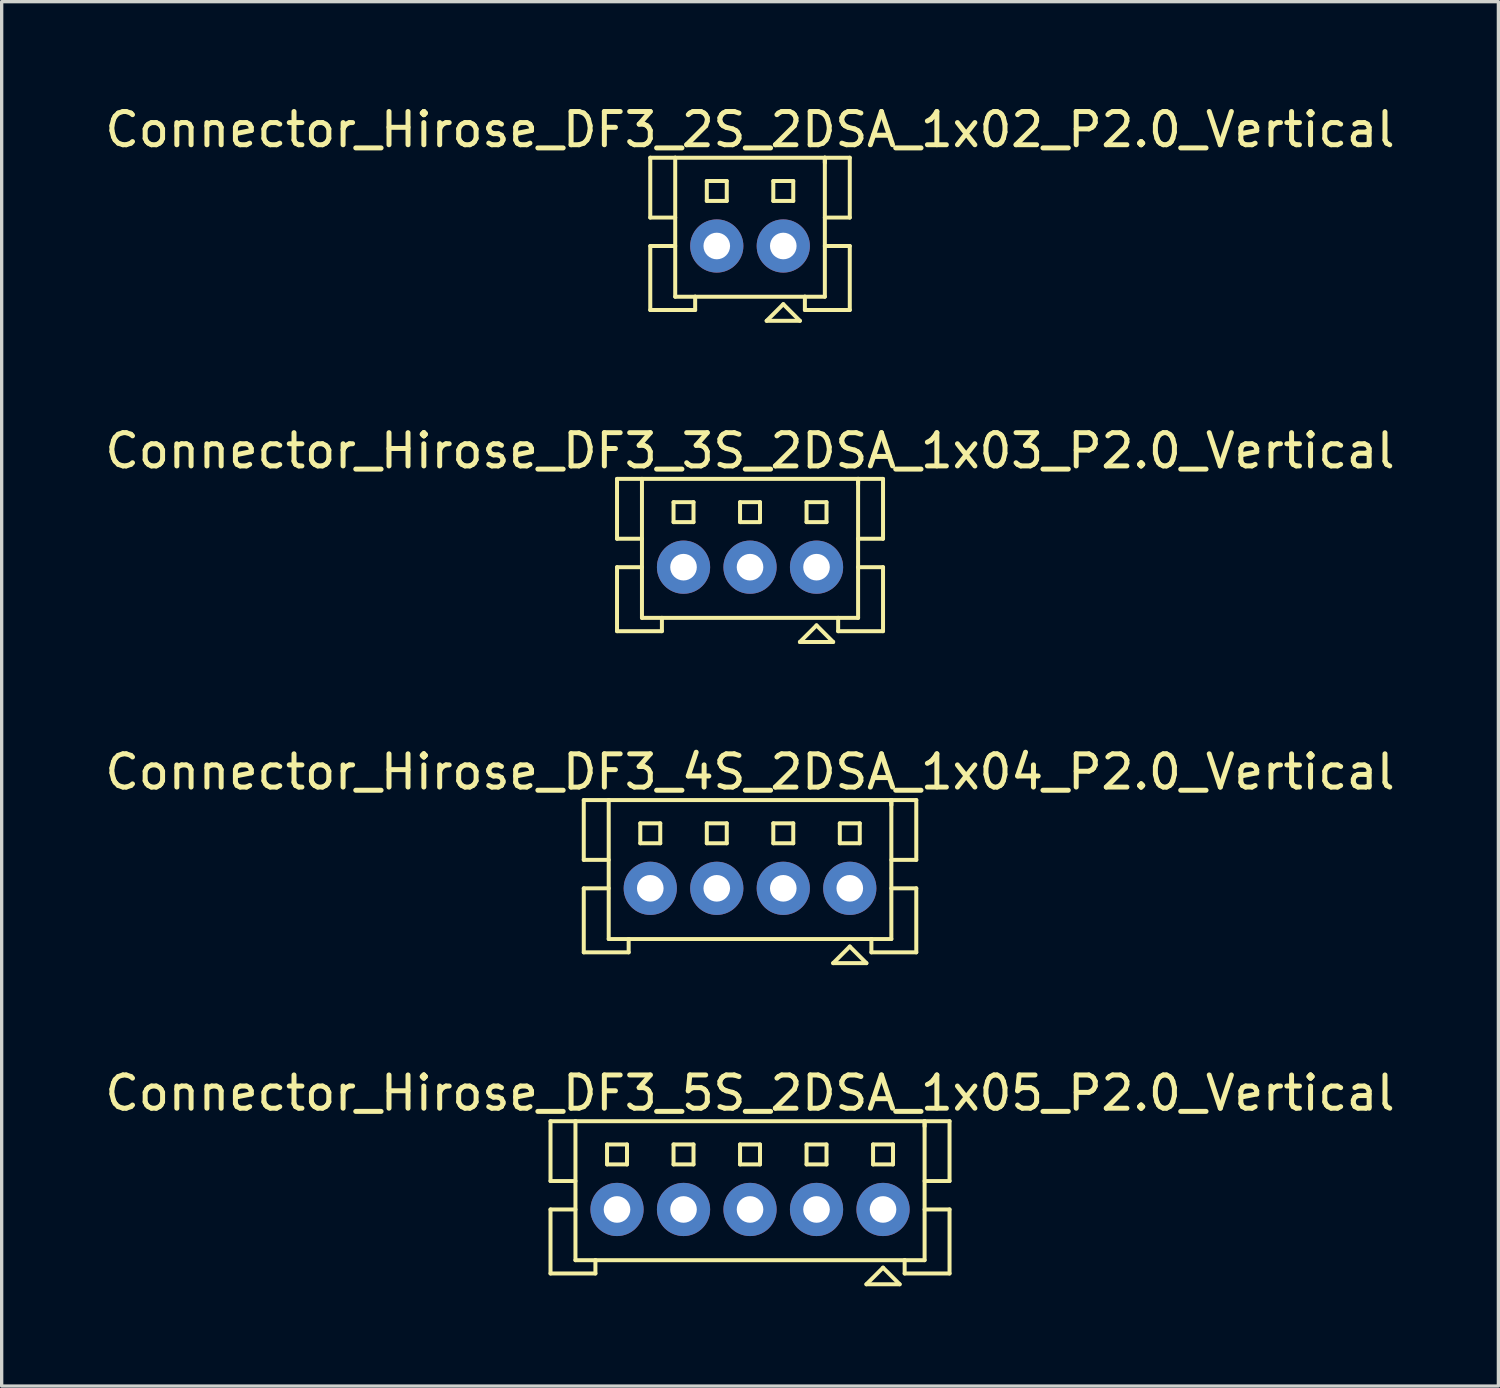
<source format=kicad_pcb>
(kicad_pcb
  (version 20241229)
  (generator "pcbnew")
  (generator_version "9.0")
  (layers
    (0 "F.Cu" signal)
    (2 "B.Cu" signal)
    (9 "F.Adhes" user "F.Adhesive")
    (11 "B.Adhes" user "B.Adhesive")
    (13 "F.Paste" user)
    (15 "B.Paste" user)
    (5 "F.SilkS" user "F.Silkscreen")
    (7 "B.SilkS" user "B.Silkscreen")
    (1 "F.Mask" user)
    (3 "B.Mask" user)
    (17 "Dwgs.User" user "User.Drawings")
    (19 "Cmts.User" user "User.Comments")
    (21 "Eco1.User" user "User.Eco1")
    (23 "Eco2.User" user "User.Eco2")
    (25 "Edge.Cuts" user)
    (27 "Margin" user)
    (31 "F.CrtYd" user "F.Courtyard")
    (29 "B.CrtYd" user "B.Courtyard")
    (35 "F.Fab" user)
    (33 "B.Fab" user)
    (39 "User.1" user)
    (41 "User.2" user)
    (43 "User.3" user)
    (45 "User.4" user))
  (footprint "Connector_Hirose_DF3_5S_2DSA_1x05_P2.0_Vertical"
    (layer "F.Cu")
    (at 19.506 33.323)
    (property "Reference" "Connector_Hirose_DF3_5S_2DSA_1x05_P2.0_Vertical" (at 0 -3.5 0) (layer "F.SilkS") (effects (font (size 1 1) (thickness 0.15))))
    (attr through_hole)
    (fp_line (start -6 -2.655) (end -6 -0.855) (stroke (width 0.12) (type solid)) (layer "F.SilkS"))
    (fp_line (start -6 -0.855) (end -5.25 -0.855) (stroke (width 0.12) (type solid)) (layer "F.SilkS"))
    (fp_line (start -6 0) (end -6 1.925) (stroke (width 0.12) (type solid)) (layer "F.SilkS"))
    (fp_line (start -6 1.925) (end -4.65 1.925) (stroke (width 0.12) (type solid)) (layer "F.SilkS"))
    (fp_line (start -5.25 -2.655) (end -6 -2.655) (stroke (width 0.12) (type solid)) (layer "F.SilkS"))
    (fp_line (start -5.25 -2.655) (end -5.25 1.525) (stroke (width 0.12) (type solid)) (layer "F.SilkS"))
    (fp_line (start -5.25 0) (end -6 0) (stroke (width 0.12) (type solid)) (layer "F.SilkS"))
    (fp_line (start -5.25 1.525) (end -4.65 1.525) (stroke (width 0.12) (type solid)) (layer "F.SilkS"))
    (fp_line (start -4.65 1.525) (end 4.65 1.525) (stroke (width 0.12) (type solid)) (layer "F.SilkS"))
    (fp_line (start -4.65 1.925) (end -4.65 1.525) (stroke (width 0.12) (type solid)) (layer "F.SilkS"))
    (fp_line (start -4.3 -1.955) (end -4.3 -1.355) (stroke (width 0.12) (type solid)) (layer "F.SilkS"))
    (fp_line (start -4.3 -1.955) (end -3.7 -1.955) (stroke (width 0.12) (type solid)) (layer "F.SilkS"))
    (fp_line (start -4.3 -1.355) (end -3.7 -1.355) (stroke (width 0.12) (type solid)) (layer "F.SilkS"))
    (fp_line (start -3.7 -1.955) (end -3.7 -1.355) (stroke (width 0.12) (type solid)) (layer "F.SilkS"))
    (fp_line (start -2.3 -1.955) (end -2.3 -1.355) (stroke (width 0.12) (type solid)) (layer "F.SilkS"))
    (fp_line (start -2.3 -1.955) (end -1.7 -1.955) (stroke (width 0.12) (type solid)) (layer "F.SilkS"))
    (fp_line (start -2.3 -1.355) (end -1.7 -1.355) (stroke (width 0.12) (type solid)) (layer "F.SilkS"))
    (fp_line (start -1.7 -1.955) (end -1.7 -1.355) (stroke (width 0.12) (type solid)) (layer "F.SilkS"))
    (fp_line (start -0.3 -1.955) (end -0.3 -1.355) (stroke (width 0.12) (type solid)) (layer "F.SilkS"))
    (fp_line (start -0.3 -1.955) (end 0.3 -1.955) (stroke (width 0.12) (type solid)) (layer "F.SilkS"))
    (fp_line (start -0.3 -1.355) (end 0.3 -1.355) (stroke (width 0.12) (type solid)) (layer "F.SilkS"))
    (fp_line (start 0.3 -1.955) (end 0.3 -1.355) (stroke (width 0.12) (type solid)) (layer "F.SilkS"))
    (fp_line (start 1.7 -1.955) (end 1.7 -1.355) (stroke (width 0.12) (type solid)) (layer "F.SilkS"))
    (fp_line (start 1.7 -1.955) (end 2.3 -1.955) (stroke (width 0.12) (type solid)) (layer "F.SilkS"))
    (fp_line (start 1.7 -1.355) (end 2.3 -1.355) (stroke (width 0.12) (type solid)) (layer "F.SilkS"))
    (fp_line (start 2.3 -1.955) (end 2.3 -1.355) (stroke (width 0.12) (type solid)) (layer "F.SilkS"))
    (fp_line (start 3.5 2.25) (end 4.5 2.25) (stroke (width 0.12) (type solid)) (layer "F.SilkS"))
    (fp_line (start 3.7 -1.955) (end 3.7 -1.355) (stroke (width 0.12) (type solid)) (layer "F.SilkS"))
    (fp_line (start 3.7 -1.955) (end 4.3 -1.955) (stroke (width 0.12) (type solid)) (layer "F.SilkS"))
    (fp_line (start 3.7 -1.355) (end 4.3 -1.355) (stroke (width 0.12) (type solid)) (layer "F.SilkS"))
    (fp_line (start 4 1.75) (end 3.5 2.25) (stroke (width 0.12) (type solid)) (layer "F.SilkS"))
    (fp_line (start 4.3 -1.955) (end 4.3 -1.355) (stroke (width 0.12) (type solid)) (layer "F.SilkS"))
    (fp_line (start 4.5 2.25) (end 4 1.75) (stroke (width 0.12) (type solid)) (layer "F.SilkS"))
    (fp_line (start 4.65 1.925) (end 4.65 1.525) (stroke (width 0.12) (type solid)) (layer "F.SilkS"))
    (fp_line (start 5.25 -2.655) (end -5.25 -2.655) (stroke (width 0.12) (type solid)) (layer "F.SilkS"))
    (fp_line (start 5.25 -2.655) (end 5.25 1.525) (stroke (width 0.12) (type solid)) (layer "F.SilkS"))
    (fp_line (start 5.25 -2.655) (end 6 -2.655) (stroke (width 0.12) (type solid)) (layer "F.SilkS"))
    (fp_line (start 5.25 -2.5) (end 5.25 -2.655) (stroke (width 0.12) (type solid)) (layer "F.SilkS"))
    (fp_line (start 5.25 0) (end 6 0) (stroke (width 0.12) (type solid)) (layer "F.SilkS"))
    (fp_line (start 5.25 1.525) (end 4.65 1.525) (stroke (width 0.12) (type solid)) (layer "F.SilkS"))
    (fp_line (start 6 -2.655) (end 6 -0.855) (stroke (width 0.12) (type solid)) (layer "F.SilkS"))
    (fp_line (start 6 -0.855) (end 5.25 -0.855) (stroke (width 0.12) (type solid)) (layer "F.SilkS"))
    (fp_line (start 6 0) (end 6 1.925) (stroke (width 0.12) (type solid)) (layer "F.SilkS"))
    (fp_line (start 6 1.925) (end 4.65 1.925) (stroke (width 0.12) (type solid)) (layer "F.SilkS"))
    (pad "1" thru_hole circle (at 4 0) (size 1.6 1.6) (drill 0.8) (layers "*.Cu" "*.Mask"))
    (pad "2" thru_hole circle (at 2 0) (size 1.6 1.6) (drill 0.8) (layers "*.Cu" "*.Mask"))
    (pad "3" thru_hole circle (at 0 0) (size 1.6 1.6) (drill 0.8) (layers "*.Cu" "*.Mask"))
    (pad "4" thru_hole circle (at -2 0) (size 1.6 1.6) (drill 0.8) (layers "*.Cu" "*.Mask"))
    (pad "5" thru_hole circle (at -4 0) (size 1.6 1.6) (drill 0.8) (layers "*.Cu" "*.Mask")))
  (footprint "Connector_Hirose_DF3_3S_2DSA_1x03_P2.0_Vertical"
    (layer "F.Cu")
    (at 19.506 14.007)
    (property "Reference" "Connector_Hirose_DF3_3S_2DSA_1x03_P2.0_Vertical" (at 0 -3.5 0) (layer "F.SilkS") (effects (font (size 1 1) (thickness 0.15))))
    (attr through_hole)
    (fp_line (start -4 -2.655) (end -4 -0.855) (stroke (width 0.12) (type solid)) (layer "F.SilkS"))
    (fp_line (start -4 -0.855) (end -3.25 -0.855) (stroke (width 0.12) (type solid)) (layer "F.SilkS"))
    (fp_line (start -4 0) (end -4 1.925) (stroke (width 0.12) (type solid)) (layer "F.SilkS"))
    (fp_line (start -4 1.925) (end -2.65 1.925) (stroke (width 0.12) (type solid)) (layer "F.SilkS"))
    (fp_line (start -3.25 -2.655) (end -4 -2.655) (stroke (width 0.12) (type solid)) (layer "F.SilkS"))
    (fp_line (start -3.25 -2.655) (end -3.25 1.525) (stroke (width 0.12) (type solid)) (layer "F.SilkS"))
    (fp_line (start -3.25 0) (end -4 0) (stroke (width 0.12) (type solid)) (layer "F.SilkS"))
    (fp_line (start -3.25 1.525) (end -2.65 1.525) (stroke (width 0.12) (type solid)) (layer "F.SilkS"))
    (fp_line (start -2.65 1.525) (end 2.65 1.525) (stroke (width 0.12) (type solid)) (layer "F.SilkS"))
    (fp_line (start -2.65 1.925) (end -2.65 1.525) (stroke (width 0.12) (type solid)) (layer "F.SilkS"))
    (fp_line (start -2.3 -1.955) (end -2.3 -1.355) (stroke (width 0.12) (type solid)) (layer "F.SilkS"))
    (fp_line (start -2.3 -1.955) (end -1.7 -1.955) (stroke (width 0.12) (type solid)) (layer "F.SilkS"))
    (fp_line (start -2.3 -1.355) (end -1.7 -1.355) (stroke (width 0.12) (type solid)) (layer "F.SilkS"))
    (fp_line (start -1.7 -1.955) (end -1.7 -1.355) (stroke (width 0.12) (type solid)) (layer "F.SilkS"))
    (fp_line (start -0.3 -1.955) (end -0.3 -1.355) (stroke (width 0.12) (type solid)) (layer "F.SilkS"))
    (fp_line (start -0.3 -1.955) (end 0.3 -1.955) (stroke (width 0.12) (type solid)) (layer "F.SilkS"))
    (fp_line (start -0.3 -1.355) (end 0.3 -1.355) (stroke (width 0.12) (type solid)) (layer "F.SilkS"))
    (fp_line (start 0.3 -1.955) (end 0.3 -1.355) (stroke (width 0.12) (type solid)) (layer "F.SilkS"))
    (fp_line (start 1.5 2.25) (end 2.5 2.25) (stroke (width 0.12) (type solid)) (layer "F.SilkS"))
    (fp_line (start 1.7 -1.955) (end 1.7 -1.355) (stroke (width 0.12) (type solid)) (layer "F.SilkS"))
    (fp_line (start 1.7 -1.955) (end 2.3 -1.955) (stroke (width 0.12) (type solid)) (layer "F.SilkS"))
    (fp_line (start 1.7 -1.355) (end 2.3 -1.355) (stroke (width 0.12) (type solid)) (layer "F.SilkS"))
    (fp_line (start 2 1.75) (end 1.5 2.25) (stroke (width 0.12) (type solid)) (layer "F.SilkS"))
    (fp_line (start 2.3 -1.955) (end 2.3 -1.355) (stroke (width 0.12) (type solid)) (layer "F.SilkS"))
    (fp_line (start 2.5 2.25) (end 2 1.75) (stroke (width 0.12) (type solid)) (layer "F.SilkS"))
    (fp_line (start 2.65 1.925) (end 2.65 1.525) (stroke (width 0.12) (type solid)) (layer "F.SilkS"))
    (fp_line (start 3.25 -2.655) (end -3.25 -2.655) (stroke (width 0.12) (type solid)) (layer "F.SilkS"))
    (fp_line (start 3.25 -2.655) (end 3.25 1.525) (stroke (width 0.12) (type solid)) (layer "F.SilkS"))
    (fp_line (start 3.25 -2.655) (end 4 -2.655) (stroke (width 0.12) (type solid)) (layer "F.SilkS"))
    (fp_line (start 3.25 -2.5) (end 3.25 -2.655) (stroke (width 0.12) (type solid)) (layer "F.SilkS"))
    (fp_line (start 3.25 0) (end 4 0) (stroke (width 0.12) (type solid)) (layer "F.SilkS"))
    (fp_line (start 3.25 1.525) (end 2.65 1.525) (stroke (width 0.12) (type solid)) (layer "F.SilkS"))
    (fp_line (start 4 -2.655) (end 4 -0.855) (stroke (width 0.12) (type solid)) (layer "F.SilkS"))
    (fp_line (start 4 -0.855) (end 3.25 -0.855) (stroke (width 0.12) (type solid)) (layer "F.SilkS"))
    (fp_line (start 4 0) (end 4 1.925) (stroke (width 0.12) (type solid)) (layer "F.SilkS"))
    (fp_line (start 4 1.925) (end 2.65 1.925) (stroke (width 0.12) (type solid)) (layer "F.SilkS"))
    (pad "1" thru_hole circle (at 2 0) (size 1.6 1.6) (drill 0.8) (layers "*.Cu" "*.Mask"))
    (pad "2" thru_hole circle (at 0 0) (size 1.6 1.6) (drill 0.8) (layers "*.Cu" "*.Mask"))
    (pad "3" thru_hole circle (at -2 0) (size 1.6 1.6) (drill 0.8) (layers "*.Cu" "*.Mask")))
  (footprint "Connector_Hirose_DF3_2S_2DSA_1x02_P2.0_Vertical"
    (layer "F.Cu")
    (at 19.506 4.348)
    (property "Reference" "Connector_Hirose_DF3_2S_2DSA_1x02_P2.0_Vertical" (at 0 -3.5 0) (layer "F.SilkS") (effects (font (size 1 1) (thickness 0.15))))
    (attr through_hole)
    (fp_line (start -3 -2.655) (end -3 -0.855) (stroke (width 0.12) (type solid)) (layer "F.SilkS"))
    (fp_line (start -3 -0.855) (end -2.25 -0.855) (stroke (width 0.12) (type solid)) (layer "F.SilkS"))
    (fp_line (start -3 0) (end -3 1.925) (stroke (width 0.12) (type solid)) (layer "F.SilkS"))
    (fp_line (start -3 1.925) (end -1.65 1.925) (stroke (width 0.12) (type solid)) (layer "F.SilkS"))
    (fp_line (start -2.25 -2.655) (end -3 -2.655) (stroke (width 0.12) (type solid)) (layer "F.SilkS"))
    (fp_line (start -2.25 -2.655) (end -2.25 1.525) (stroke (width 0.12) (type solid)) (layer "F.SilkS"))
    (fp_line (start -2.25 0) (end -3 0) (stroke (width 0.12) (type solid)) (layer "F.SilkS"))
    (fp_line (start -2.25 1.525) (end -1.65 1.525) (stroke (width 0.12) (type solid)) (layer "F.SilkS"))
    (fp_line (start -1.65 1.525) (end 1.65 1.525) (stroke (width 0.12) (type solid)) (layer "F.SilkS"))
    (fp_line (start -1.65 1.925) (end -1.65 1.525) (stroke (width 0.12) (type solid)) (layer "F.SilkS"))
    (fp_line (start -1.3 -1.955) (end -1.3 -1.355) (stroke (width 0.12) (type solid)) (layer "F.SilkS"))
    (fp_line (start -1.3 -1.955) (end -0.7 -1.955) (stroke (width 0.12) (type solid)) (layer "F.SilkS"))
    (fp_line (start -1.3 -1.355) (end -0.7 -1.355) (stroke (width 0.12) (type solid)) (layer "F.SilkS"))
    (fp_line (start -0.7 -1.955) (end -0.7 -1.355) (stroke (width 0.12) (type solid)) (layer "F.SilkS"))
    (fp_line (start 0.5 2.25) (end 1.5 2.25) (stroke (width 0.12) (type solid)) (layer "F.SilkS"))
    (fp_line (start 0.7 -1.955) (end 0.7 -1.355) (stroke (width 0.12) (type solid)) (layer "F.SilkS"))
    (fp_line (start 0.7 -1.955) (end 1.3 -1.955) (stroke (width 0.12) (type solid)) (layer "F.SilkS"))
    (fp_line (start 0.7 -1.355) (end 1.3 -1.355) (stroke (width 0.12) (type solid)) (layer "F.SilkS"))
    (fp_line (start 1 1.75) (end 0.5 2.25) (stroke (width 0.12) (type solid)) (layer "F.SilkS"))
    (fp_line (start 1.3 -1.955) (end 1.3 -1.355) (stroke (width 0.12) (type solid)) (layer "F.SilkS"))
    (fp_line (start 1.5 2.25) (end 1 1.75) (stroke (width 0.12) (type solid)) (layer "F.SilkS"))
    (fp_line (start 1.65 1.925) (end 1.65 1.525) (stroke (width 0.12) (type solid)) (layer "F.SilkS"))
    (fp_line (start 2.25 -2.655) (end -2.25 -2.655) (stroke (width 0.12) (type solid)) (layer "F.SilkS"))
    (fp_line (start 2.25 -2.655) (end 2.25 1.525) (stroke (width 0.12) (type solid)) (layer "F.SilkS"))
    (fp_line (start 2.25 -2.655) (end 3 -2.655) (stroke (width 0.12) (type solid)) (layer "F.SilkS"))
    (fp_line (start 2.25 -2.5) (end 2.25 -2.655) (stroke (width 0.12) (type solid)) (layer "F.SilkS"))
    (fp_line (start 2.25 0) (end 3 0) (stroke (width 0.12) (type solid)) (layer "F.SilkS"))
    (fp_line (start 2.25 1.525) (end 1.65 1.525) (stroke (width 0.12) (type solid)) (layer "F.SilkS"))
    (fp_line (start 3 -2.655) (end 3 -0.855) (stroke (width 0.12) (type solid)) (layer "F.SilkS"))
    (fp_line (start 3 -0.855) (end 2.25 -0.855) (stroke (width 0.12) (type solid)) (layer "F.SilkS"))
    (fp_line (start 3 0) (end 3 1.925) (stroke (width 0.12) (type solid)) (layer "F.SilkS"))
    (fp_line (start 3 1.925) (end 1.65 1.925) (stroke (width 0.12) (type solid)) (layer "F.SilkS"))
    (pad "1" thru_hole circle (at 1 0) (size 1.6 1.6) (drill 0.8) (layers "*.Cu" "*.Mask"))
    (pad "2" thru_hole circle (at -1 0) (size 1.6 1.6) (drill 0.8) (layers "*.Cu" "*.Mask")))
  (footprint "Connector_Hirose_DF3_4S_2DSA_1x04_P2.0_Vertical"
    (layer "F.Cu")
    (at 19.506 23.665)
    (property "Reference" "Connector_Hirose_DF3_4S_2DSA_1x04_P2.0_Vertical" (at 0 -3.5 0) (layer "F.SilkS") (effects (font (size 1 1) (thickness 0.15))))
    (attr through_hole)
    (fp_line (start -5 -2.655) (end -5 -0.855) (stroke (width 0.12) (type solid)) (layer "F.SilkS"))
    (fp_line (start -5 -0.855) (end -4.25 -0.855) (stroke (width 0.12) (type solid)) (layer "F.SilkS"))
    (fp_line (start -5 0) (end -5 1.925) (stroke (width 0.12) (type solid)) (layer "F.SilkS"))
    (fp_line (start -5 1.925) (end -3.65 1.925) (stroke (width 0.12) (type solid)) (layer "F.SilkS"))
    (fp_line (start -4.25 -2.655) (end -5 -2.655) (stroke (width 0.12) (type solid)) (layer "F.SilkS"))
    (fp_line (start -4.25 -2.655) (end -4.25 1.525) (stroke (width 0.12) (type solid)) (layer "F.SilkS"))
    (fp_line (start -4.25 0) (end -5 0) (stroke (width 0.12) (type solid)) (layer "F.SilkS"))
    (fp_line (start -4.25 1.525) (end -3.65 1.525) (stroke (width 0.12) (type solid)) (layer "F.SilkS"))
    (fp_line (start -3.65 1.525) (end 3.65 1.525) (stroke (width 0.12) (type solid)) (layer "F.SilkS"))
    (fp_line (start -3.65 1.925) (end -3.65 1.525) (stroke (width 0.12) (type solid)) (layer "F.SilkS"))
    (fp_line (start -3.3 -1.955) (end -3.3 -1.355) (stroke (width 0.12) (type solid)) (layer "F.SilkS"))
    (fp_line (start -3.3 -1.955) (end -2.7 -1.955) (stroke (width 0.12) (type solid)) (layer "F.SilkS"))
    (fp_line (start -3.3 -1.355) (end -2.7 -1.355) (stroke (width 0.12) (type solid)) (layer "F.SilkS"))
    (fp_line (start -2.7 -1.955) (end -2.7 -1.355) (stroke (width 0.12) (type solid)) (layer "F.SilkS"))
    (fp_line (start -1.3 -1.955) (end -1.3 -1.355) (stroke (width 0.12) (type solid)) (layer "F.SilkS"))
    (fp_line (start -1.3 -1.955) (end -0.7 -1.955) (stroke (width 0.12) (type solid)) (layer "F.SilkS"))
    (fp_line (start -1.3 -1.355) (end -0.7 -1.355) (stroke (width 0.12) (type solid)) (layer "F.SilkS"))
    (fp_line (start -0.7 -1.955) (end -0.7 -1.355) (stroke (width 0.12) (type solid)) (layer "F.SilkS"))
    (fp_line (start 0.7 -1.955) (end 0.7 -1.355) (stroke (width 0.12) (type solid)) (layer "F.SilkS"))
    (fp_line (start 0.7 -1.955) (end 1.3 -1.955) (stroke (width 0.12) (type solid)) (layer "F.SilkS"))
    (fp_line (start 0.7 -1.355) (end 1.3 -1.355) (stroke (width 0.12) (type solid)) (layer "F.SilkS"))
    (fp_line (start 1.3 -1.955) (end 1.3 -1.355) (stroke (width 0.12) (type solid)) (layer "F.SilkS"))
    (fp_line (start 2.5 2.25) (end 3.5 2.25) (stroke (width 0.12) (type solid)) (layer "F.SilkS"))
    (fp_line (start 2.7 -1.955) (end 2.7 -1.355) (stroke (width 0.12) (type solid)) (layer "F.SilkS"))
    (fp_line (start 2.7 -1.955) (end 3.3 -1.955) (stroke (width 0.12) (type solid)) (layer "F.SilkS"))
    (fp_line (start 2.7 -1.355) (end 3.3 -1.355) (stroke (width 0.12) (type solid)) (layer "F.SilkS"))
    (fp_line (start 3 1.75) (end 2.5 2.25) (stroke (width 0.12) (type solid)) (layer "F.SilkS"))
    (fp_line (start 3.3 -1.955) (end 3.3 -1.355) (stroke (width 0.12) (type solid)) (layer "F.SilkS"))
    (fp_line (start 3.5 2.25) (end 3 1.75) (stroke (width 0.12) (type solid)) (layer "F.SilkS"))
    (fp_line (start 3.65 1.925) (end 3.65 1.525) (stroke (width 0.12) (type solid)) (layer "F.SilkS"))
    (fp_line (start 4.25 -2.655) (end -4.25 -2.655) (stroke (width 0.12) (type solid)) (layer "F.SilkS"))
    (fp_line (start 4.25 -2.655) (end 4.25 1.525) (stroke (width 0.12) (type solid)) (layer "F.SilkS"))
    (fp_line (start 4.25 -2.655) (end 5 -2.655) (stroke (width 0.12) (type solid)) (layer "F.SilkS"))
    (fp_line (start 4.25 -2.5) (end 4.25 -2.655) (stroke (width 0.12) (type solid)) (layer "F.SilkS"))
    (fp_line (start 4.25 0) (end 5 0) (stroke (width 0.12) (type solid)) (layer "F.SilkS"))
    (fp_line (start 4.25 1.525) (end 3.65 1.525) (stroke (width 0.12) (type solid)) (layer "F.SilkS"))
    (fp_line (start 5 -2.655) (end 5 -0.855) (stroke (width 0.12) (type solid)) (layer "F.SilkS"))
    (fp_line (start 5 -0.855) (end 4.25 -0.855) (stroke (width 0.12) (type solid)) (layer "F.SilkS"))
    (fp_line (start 5 0) (end 5 1.925) (stroke (width 0.12) (type solid)) (layer "F.SilkS"))
    (fp_line (start 5 1.925) (end 3.65 1.925) (stroke (width 0.12) (type solid)) (layer "F.SilkS"))
    (pad "1" thru_hole circle (at 3 0) (size 1.6 1.6) (drill 0.8) (layers "*.Cu" "*.Mask"))
    (pad "2" thru_hole circle (at 1 0) (size 1.6 1.6) (drill 0.8) (layers "*.Cu" "*.Mask"))
    (pad "3" thru_hole circle (at -1 0) (size 1.6 1.6) (drill 0.8) (layers "*.Cu" "*.Mask"))
    (pad "4" thru_hole circle (at -3 0) (size 1.6 1.6) (drill 0.8) (layers "*.Cu" "*.Mask")))
  (gr_rect
    (start -3 -3)
    (end 42.012 38.633)
    (stroke (width 0.1) (type default))
    (fill no)
    (layer "Edge.Cuts")))
</source>
